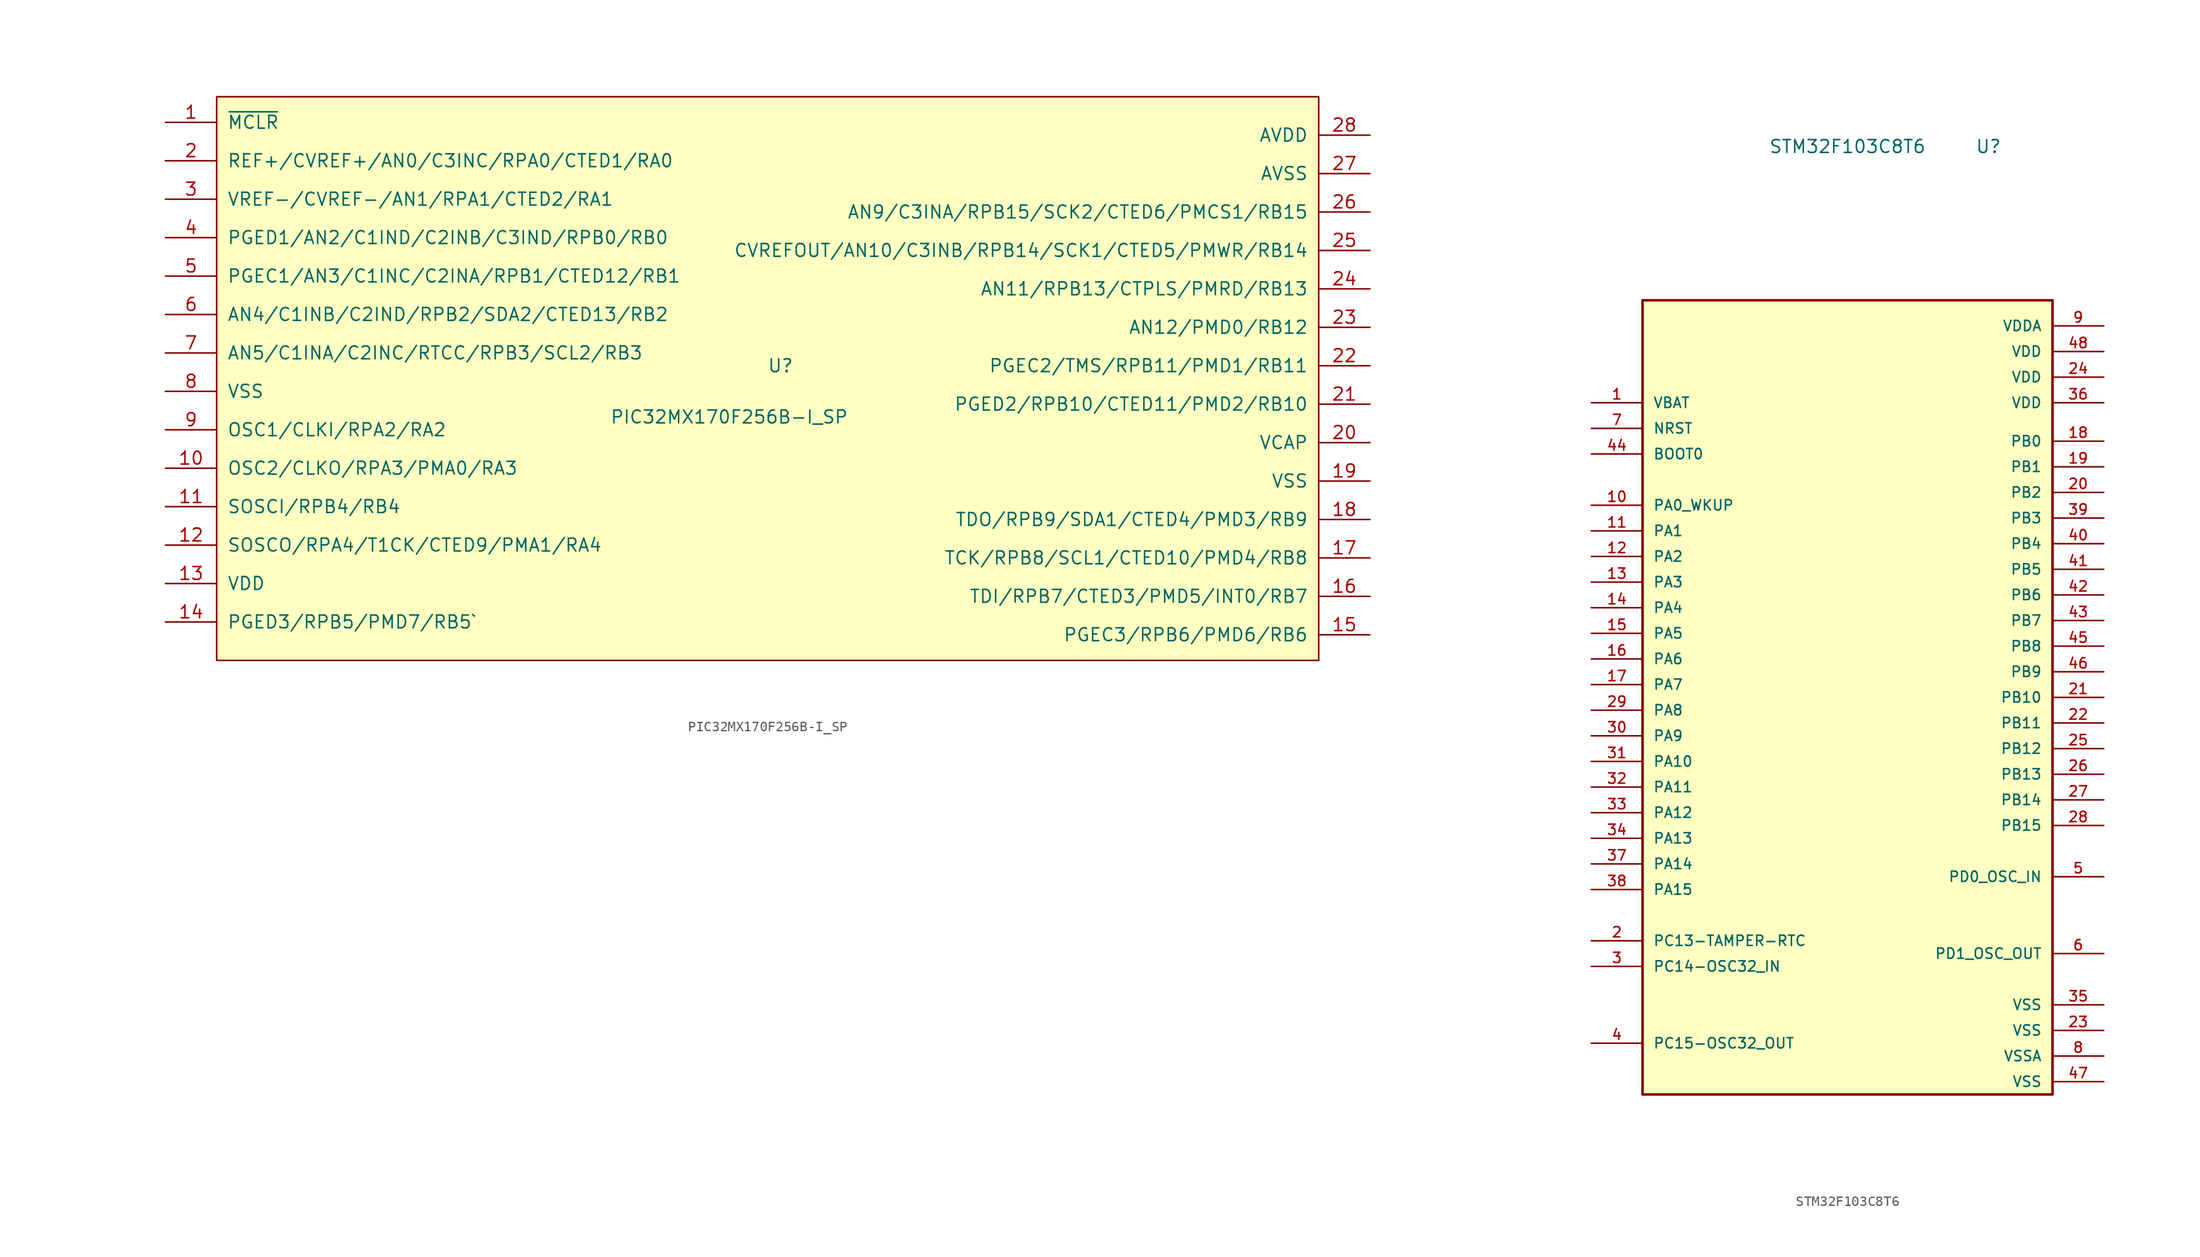
<source format=kicad_sym>
(kicad_symbol_lib
  (version 20201005)
  (generator kicad_symbol_editor)
  (symbol "Halfgelijders:PIC32MX170F256B-I_SP"
    (pin_names
      (offset 1.016))
    (property "Reference" "U"
      (at 55.88 41.91 0)
      (effects (font (size 1.27 1.27))))
    (property "Value" "PIC32MX170F256B-I_SP"
      (at 50.8 36.83 0)
      (effects (font (size 1.27 1.27))))
    (symbol "PIC32MX170F256B-I_SP_0_1"
      (rectangle (start 0 68.58) (end 109.22 12.7) (stroke (width 0)) (fill (type background))))
    (symbol "PIC32MX170F256B-I_SP_1_1"
      (pin input line (at -5.08 66.04 0) (length 5.08) (name "~MCLR" (effects (font (size 1.27 1.27)))) (number "1" (effects (font (size 1.27 1.27)))))
      (pin power_in line (at -5.08 31.75 0) (length 5.08) (name "OSC2/CLKO/RPA3/PMA0/RA3" (effects (font (size 1.27 1.27)))) (number "10" (effects (font (size 1.27 1.27)))))
      (pin power_in line (at -5.08 27.94 0) (length 5.08) (name "SOSCI/RPB4/RB4" (effects (font (size 1.27 1.27)))) (number "11" (effects (font (size 1.27 1.27)))))
      (pin power_in line (at -5.08 24.13 0) (length 5.08) (name "SOSCO/RPA4/T1CK/CTED9/PMA1/RA4" (effects (font (size 1.27 1.27)))) (number "12" (effects (font (size 1.27 1.27)))))
      (pin power_in line (at -5.08 20.32 0) (length 5.08) (name "VDD" (effects (font (size 1.27 1.27)))) (number "13" (effects (font (size 1.27 1.27)))))
      (pin power_in line (at -5.08 16.51 0) (length 5.08) (name "PGED3/RPB5/PMD7/RB5`" (effects (font (size 1.27 1.27)))) (number "14" (effects (font (size 1.27 1.27)))))
      (pin power_in line (at 114.3 15.24 180) (length 5.08) (name "PGEC3/RPB6/PMD6/RB6" (effects (font (size 1.27 1.27)))) (number "15" (effects (font (size 1.27 1.27)))))
      (pin power_in line (at 114.3 19.05 180) (length 5.08) (name "TDI/RPB7/CTED3/PMD5/INT0/RB7" (effects (font (size 1.27 1.27)))) (number "16" (effects (font (size 1.27 1.27)))))
      (pin power_in line (at 114.3 22.86 180) (length 5.08) (name "TCK/RPB8/SCL1/CTED10/PMD4/RB8" (effects (font (size 1.27 1.27)))) (number "17" (effects (font (size 1.27 1.27)))))
      (pin power_in line (at 114.3 26.67 180) (length 5.08) (name "TDO/RPB9/SDA1/CTED4/PMD3/RB9" (effects (font (size 1.27 1.27)))) (number "18" (effects (font (size 1.27 1.27)))))
      (pin power_in line (at 114.3 30.48 180) (length 5.08) (name "VSS" (effects (font (size 1.27 1.27)))) (number "19" (effects (font (size 1.27 1.27)))))
      (pin input line (at -5.08 62.23 0) (length 5.08) (name "REF+/CVREF+/AN0/C3INC/RPA0/CTED1/RA0" (effects (font (size 1.27 1.27)))) (number "2" (effects (font (size 1.27 1.27)))))
      (pin power_in line (at 114.3 34.29 180) (length 5.08) (name "VCAP" (effects (font (size 1.27 1.27)))) (number "20" (effects (font (size 1.27 1.27)))))
      (pin power_in line (at 114.3 38.1 180) (length 5.08) (name "PGED2/RPB10/CTED11/PMD2/RB10" (effects (font (size 1.27 1.27)))) (number "21" (effects (font (size 1.27 1.27)))))
      (pin power_in line (at 114.3 41.91 180) (length 5.08) (name "PGEC2/TMS/RPB11/PMD1/RB11" (effects (font (size 1.27 1.27)))) (number "22" (effects (font (size 1.27 1.27)))))
      (pin power_in line (at 114.3 45.72 180) (length 5.08) (name "AN12/PMD0/RB12" (effects (font (size 1.27 1.27)))) (number "23" (effects (font (size 1.27 1.27)))))
      (pin power_in line (at 114.3 49.53 180) (length 5.08) (name "AN11/RPB13/CTPLS/PMRD/RB13" (effects (font (size 1.27 1.27)))) (number "24" (effects (font (size 1.27 1.27)))))
      (pin power_in line (at 114.3 53.34 180) (length 5.08) (name "CVREFOUT/AN10/C3INB/RPB14/SCK1/CTED5/PMWR/RB14" (effects (font (size 1.27 1.27)))) (number "25" (effects (font (size 1.27 1.27)))))
      (pin power_in line (at 114.3 57.15 180) (length 5.08) (name "AN9/C3INA/RPB15/SCK2/CTED6/PMCS1/RB15" (effects (font (size 1.27 1.27)))) (number "26" (effects (font (size 1.27 1.27)))))
      (pin power_in line (at 114.3 60.96 180) (length 5.08) (name "AVSS" (effects (font (size 1.27 1.27)))) (number "27" (effects (font (size 1.27 1.27)))))
      (pin power_in line (at 114.3 64.77 180) (length 5.08) (name "AVDD" (effects (font (size 1.27 1.27)))) (number "28" (effects (font (size 1.27 1.27)))))
      (pin input line (at -5.08 58.42 0) (length 5.08) (name "VREF-/CVREF-/AN1/RPA1/CTED2/RA1" (effects (font (size 1.27 1.27)))) (number "3" (effects (font (size 1.27 1.27)))))
      (pin input line (at -5.08 54.61 0) (length 5.08) (name "PGED1/AN2/C1IND/C2INB/C3IND/RPB0/RB0" (effects (font (size 1.27 1.27)))) (number "4" (effects (font (size 1.27 1.27)))))
      (pin input line (at -5.08 50.8 0) (length 5.08) (name "PGEC1/AN3/C1INC/C2INA/RPB1/CTED12/RB1" (effects (font (size 1.27 1.27)))) (number "5" (effects (font (size 1.27 1.27)))))
      (pin input line (at -5.08 46.99 0) (length 5.08) (name "AN4/C1INB/C2IND/RPB2/SDA2/CTED13/RB2" (effects (font (size 1.27 1.27)))) (number "6" (effects (font (size 1.27 1.27)))))
      (pin input line (at -5.08 43.18 0) (length 5.08) (name "AN5/C1INA/C2INC/RTCC/RPB3/SCL2/RB3" (effects (font (size 1.27 1.27)))) (number "7" (effects (font (size 1.27 1.27)))))
      (pin power_in line (at -5.08 39.37 0) (length 5.08) (name "VSS" (effects (font (size 1.27 1.27)))) (number "8" (effects (font (size 1.27 1.27)))))
      (pin power_in line (at -5.08 35.56 0) (length 5.08) (name "OSC1/CLKI/RPA2/RA2" (effects (font (size 1.27 1.27)))) (number "9" (effects (font (size 1.27 1.27)))))))
  (symbol "Halfgelijders:STM32F103C8T6"
    (pin_names
      (offset 1.016))
    (property "Reference" "U"
      (at 13.97 55.88 0)
      (effects (font (size 1.27 1.27))))
    (property "Value" "STM32F103C8T6"
      (at 0 55.88 0)
      (effects (font (size 1.27 1.27))))
    (symbol "STM32F103C8T6_1_1"
      (rectangle (start -20.32 -38.1) (end 20.32 40.64) (stroke (width 0.254)) (fill (type background)))
      (pin bidirectional line (at -25.4 30.48 0) (length 5.08) (name "VBAT" (effects (font (size 1.016 1.016)))) (number "1" (effects (font (size 1.016 1.016)))))
      (pin bidirectional line (at -25.4 20.32 0) (length 5.08) (name "PA0_WKUP" (effects (font (size 1.016 1.016)))) (number "10" (effects (font (size 1.016 1.016)))))
      (pin bidirectional line (at -25.4 17.78 0) (length 5.08) (name "PA1" (effects (font (size 1.016 1.016)))) (number "11" (effects (font (size 1.016 1.016)))))
      (pin bidirectional line (at -25.4 15.24 0) (length 5.08) (name "PA2" (effects (font (size 1.016 1.016)))) (number "12" (effects (font (size 1.016 1.016)))))
      (pin bidirectional line (at -25.4 12.7 0) (length 5.08) (name "PA3" (effects (font (size 1.016 1.016)))) (number "13" (effects (font (size 1.016 1.016)))))
      (pin bidirectional line (at -25.4 10.16 0) (length 5.08) (name "PA4" (effects (font (size 1.016 1.016)))) (number "14" (effects (font (size 1.016 1.016)))))
      (pin bidirectional line (at -25.4 7.62 0) (length 5.08) (name "PA5" (effects (font (size 1.016 1.016)))) (number "15" (effects (font (size 1.016 1.016)))))
      (pin bidirectional line (at -25.4 5.08 0) (length 5.08) (name "PA6" (effects (font (size 1.016 1.016)))) (number "16" (effects (font (size 1.016 1.016)))))
      (pin bidirectional line (at -25.4 2.54 0) (length 5.08) (name "PA7" (effects (font (size 1.016 1.016)))) (number "17" (effects (font (size 1.016 1.016)))))
      (pin bidirectional line (at 25.4 26.67 180) (length 5.08) (name "PB0" (effects (font (size 1.016 1.016)))) (number "18" (effects (font (size 1.016 1.016)))))
      (pin bidirectional line (at 25.4 24.13 180) (length 5.08) (name "PB1" (effects (font (size 1.016 1.016)))) (number "19" (effects (font (size 1.016 1.016)))))
      (pin bidirectional line (at -25.4 -22.86 0) (length 5.08) (name "PC13-TAMPER-RTC" (effects (font (size 1.016 1.016)))) (number "2" (effects (font (size 1.016 1.016)))))
      (pin bidirectional line (at 25.4 21.59 180) (length 5.08) (name "PB2" (effects (font (size 1.016 1.016)))) (number "20" (effects (font (size 1.016 1.016)))))
      (pin bidirectional line (at 25.4 1.27 180) (length 5.08) (name "PB10" (effects (font (size 1.016 1.016)))) (number "21" (effects (font (size 1.016 1.016)))))
      (pin bidirectional line (at 25.4 -1.27 180) (length 5.08) (name "PB11" (effects (font (size 1.016 1.016)))) (number "22" (effects (font (size 1.016 1.016)))))
      (pin power_in line (at 25.4 -31.75 180) (length 5.08) (name "VSS" (effects (font (size 1.016 1.016)))) (number "23" (effects (font (size 1.016 1.016)))))
      (pin power_in line (at 25.4 33.02 180) (length 5.08) (name "VDD" (effects (font (size 1.016 1.016)))) (number "24" (effects (font (size 1.016 1.016)))))
      (pin bidirectional line (at 25.4 -3.81 180) (length 5.08) (name "PB12" (effects (font (size 1.016 1.016)))) (number "25" (effects (font (size 1.016 1.016)))))
      (pin bidirectional line (at 25.4 -6.35 180) (length 5.08) (name "PB13" (effects (font (size 1.016 1.016)))) (number "26" (effects (font (size 1.016 1.016)))))
      (pin bidirectional line (at 25.4 -8.89 180) (length 5.08) (name "PB14" (effects (font (size 1.016 1.016)))) (number "27" (effects (font (size 1.016 1.016)))))
      (pin bidirectional line (at 25.4 -11.43 180) (length 5.08) (name "PB15" (effects (font (size 1.016 1.016)))) (number "28" (effects (font (size 1.016 1.016)))))
      (pin bidirectional line (at -25.4 0 0) (length 5.08) (name "PA8" (effects (font (size 1.016 1.016)))) (number "29" (effects (font (size 1.016 1.016)))))
      (pin bidirectional line (at -25.4 -25.4 0) (length 5.08) (name "PC14-OSC32_IN" (effects (font (size 1.016 1.016)))) (number "3" (effects (font (size 1.016 1.016)))))
      (pin bidirectional line (at -25.4 -2.54 0) (length 5.08) (name "PA9" (effects (font (size 1.016 1.016)))) (number "30" (effects (font (size 1.016 1.016)))))
      (pin bidirectional line (at -25.4 -5.08 0) (length 5.08) (name "PA10" (effects (font (size 1.016 1.016)))) (number "31" (effects (font (size 1.016 1.016)))))
      (pin bidirectional line (at -25.4 -7.62 0) (length 5.08) (name "PA11" (effects (font (size 1.016 1.016)))) (number "32" (effects (font (size 1.016 1.016)))))
      (pin bidirectional line (at -25.4 -10.16 0) (length 5.08) (name "PA12" (effects (font (size 1.016 1.016)))) (number "33" (effects (font (size 1.016 1.016)))))
      (pin bidirectional line (at -25.4 -12.7 0) (length 5.08) (name "PA13" (effects (font (size 1.016 1.016)))) (number "34" (effects (font (size 1.016 1.016)))))
      (pin power_in line (at 25.4 -29.21 180) (length 5.08) (name "VSS" (effects (font (size 1.016 1.016)))) (number "35" (effects (font (size 1.016 1.016)))))
      (pin power_in line (at 25.4 30.48 180) (length 5.08) (name "VDD" (effects (font (size 1.016 1.016)))) (number "36" (effects (font (size 1.016 1.016)))))
      (pin bidirectional line (at -25.4 -15.24 0) (length 5.08) (name "PA14" (effects (font (size 1.016 1.016)))) (number "37" (effects (font (size 1.016 1.016)))))
      (pin bidirectional line (at -25.4 -17.78 0) (length 5.08) (name "PA15" (effects (font (size 1.016 1.016)))) (number "38" (effects (font (size 1.016 1.016)))))
      (pin bidirectional line (at 25.4 19.05 180) (length 5.08) (name "PB3" (effects (font (size 1.016 1.016)))) (number "39" (effects (font (size 1.016 1.016)))))
      (pin bidirectional line (at -25.4 -33.02 0) (length 5.08) (name "PC15-OSC32_OUT" (effects (font (size 1.016 1.016)))) (number "4" (effects (font (size 1.016 1.016)))))
      (pin bidirectional line (at 25.4 16.51 180) (length 5.08) (name "PB4" (effects (font (size 1.016 1.016)))) (number "40" (effects (font (size 1.016 1.016)))))
      (pin bidirectional line (at 25.4 13.97 180) (length 5.08) (name "PB5" (effects (font (size 1.016 1.016)))) (number "41" (effects (font (size 1.016 1.016)))))
      (pin bidirectional line (at 25.4 11.43 180) (length 5.08) (name "PB6" (effects (font (size 1.016 1.016)))) (number "42" (effects (font (size 1.016 1.016)))))
      (pin bidirectional line (at 25.4 8.89 180) (length 5.08) (name "PB7" (effects (font (size 1.016 1.016)))) (number "43" (effects (font (size 1.016 1.016)))))
      (pin input line (at -25.4 25.4 0) (length 5.08) (name "BOOT0" (effects (font (size 1.016 1.016)))) (number "44" (effects (font (size 1.016 1.016)))))
      (pin bidirectional line (at 25.4 6.35 180) (length 5.08) (name "PB8" (effects (font (size 1.016 1.016)))) (number "45" (effects (font (size 1.016 1.016)))))
      (pin bidirectional line (at 25.4 3.81 180) (length 5.08) (name "PB9" (effects (font (size 1.016 1.016)))) (number "46" (effects (font (size 1.016 1.016)))))
      (pin power_in line (at 25.4 -36.83 180) (length 5.08) (name "VSS" (effects (font (size 1.016 1.016)))) (number "47" (effects (font (size 1.016 1.016)))))
      (pin power_in line (at 25.4 35.56 180) (length 5.08) (name "VDD" (effects (font (size 1.016 1.016)))) (number "48" (effects (font (size 1.016 1.016)))))
      (pin bidirectional line (at 25.4 -16.51 180) (length 5.08) (name "PD0_OSC_IN" (effects (font (size 1.016 1.016)))) (number "5" (effects (font (size 1.016 1.016)))))
      (pin bidirectional line (at 25.4 -24.13 180) (length 5.08) (name "PD1_OSC_OUT" (effects (font (size 1.016 1.016)))) (number "6" (effects (font (size 1.016 1.016)))))
      (pin input line (at -25.4 27.94 0) (length 5.08) (name "NRST" (effects (font (size 1.016 1.016)))) (number "7" (effects (font (size 1.016 1.016)))))
      (pin power_in line (at 25.4 -34.29 180) (length 5.08) (name "VSSA" (effects (font (size 1.016 1.016)))) (number "8" (effects (font (size 1.016 1.016)))))
      (pin power_in line (at 25.4 38.1 180) (length 5.08) (name "VDDA" (effects (font (size 1.016 1.016)))) (number "9" (effects (font (size 1.016 1.016))))))))
</source>
